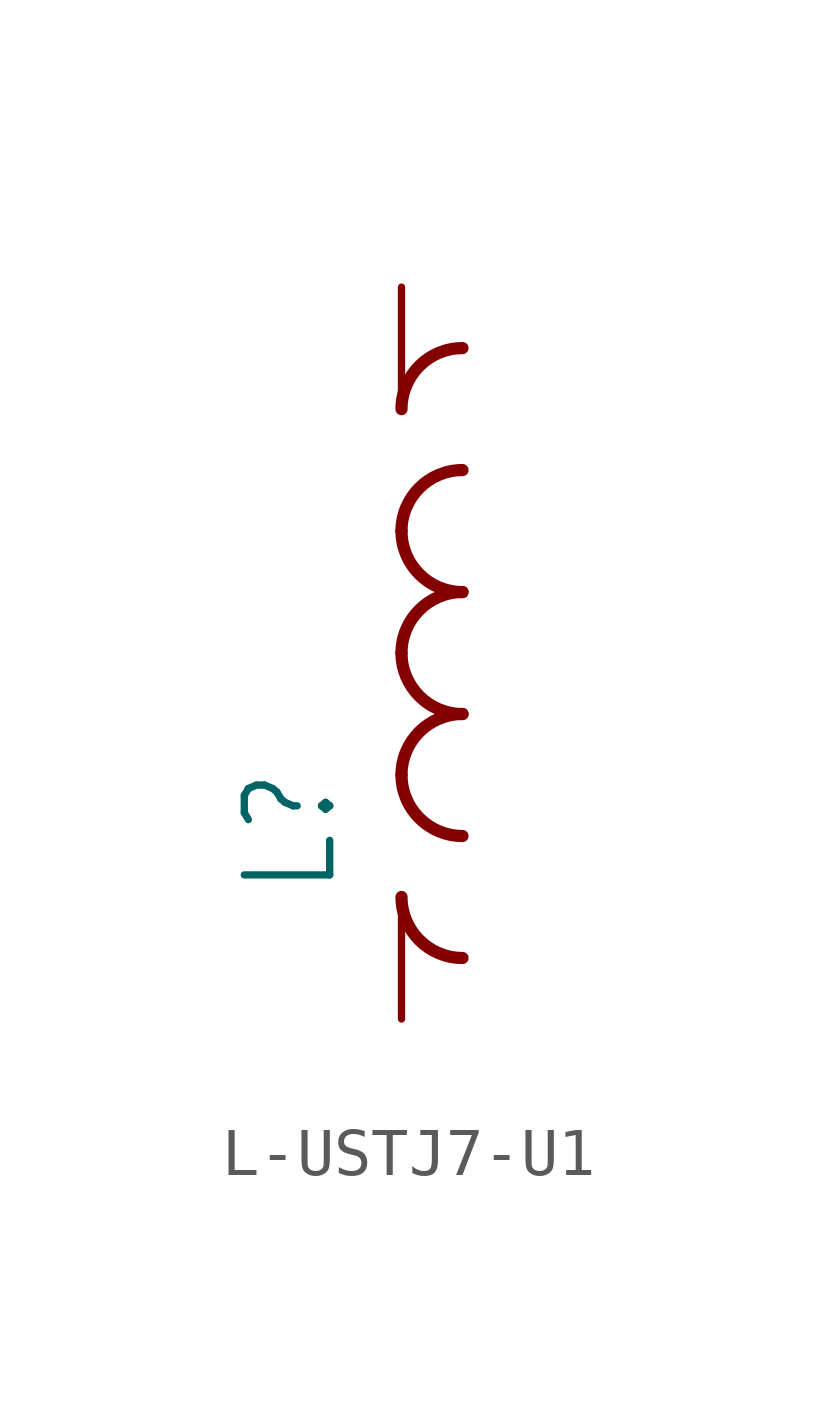
<source format=kicad_sym>
(kicad_symbol_lib
  (version 20241209)
  (generator "kicad_symbol_editor")
  (generator_version "9.0")
  (symbol "L-USTJ7-U1"
    (property "Reference" "L"
      (at -1.27 -5.08 90)
      (effects (font (size 1.778 1.511)) (justify left bottom)))
    (property "Value" ""
      (at 3.81 -5.08 90)
      (effects (font (size 1.778 1.511)) (justify left bottom)))
    (property "ki_locked" ""
      (at 0 0 0)
      (effects (font (size 1.27 1.27))))
    (symbol "L-USTJ7-U1_1_0"
      (arc (start 0 5.08) (mid 0.372 5.978) (end 1.27 6.35) (stroke (width 0.254) (type solid)) (fill (type none)))
      (arc (start 0 2.54) (mid 0.372 3.438) (end 1.27 3.81) (stroke (width 0.254) (type solid)) (fill (type none)))
      (arc (start 1.27 1.27) (mid 0.372 1.642) (end 0 2.54) (stroke (width 0.254) (type solid)) (fill (type none)))
      (arc (start 0 0) (mid 0.372 0.898) (end 1.27 1.27) (stroke (width 0.254) (type solid)) (fill (type none)))
      (arc (start 1.27 -1.27) (mid 0.372 -0.898) (end 0 0) (stroke (width 0.254) (type solid)) (fill (type none)))
      (arc (start 0 -2.54) (mid 0.372 -1.642) (end 1.27 -1.27) (stroke (width 0.254) (type solid)) (fill (type none)))
      (arc (start 1.27 -3.81) (mid 0.372 -3.438) (end 0 -2.54) (stroke (width 0.254) (type solid)) (fill (type none)))
      (arc (start 1.27 -6.35) (mid 0.372 -5.978) (end 0 -5.08) (stroke (width 0.254) (type solid)) (fill (type none)))
      (pin passive line (at 0 7.62 270) (length 2.54) (name "1" (effects (font (size 0 0)))) (number "1" (effects (font (size 0 0)))))
      (pin passive line (at 0 -7.62 90) (length 2.54) (name "2" (effects (font (size 0 0)))) (number "2" (effects (font (size 0 0))))))))
</source>
